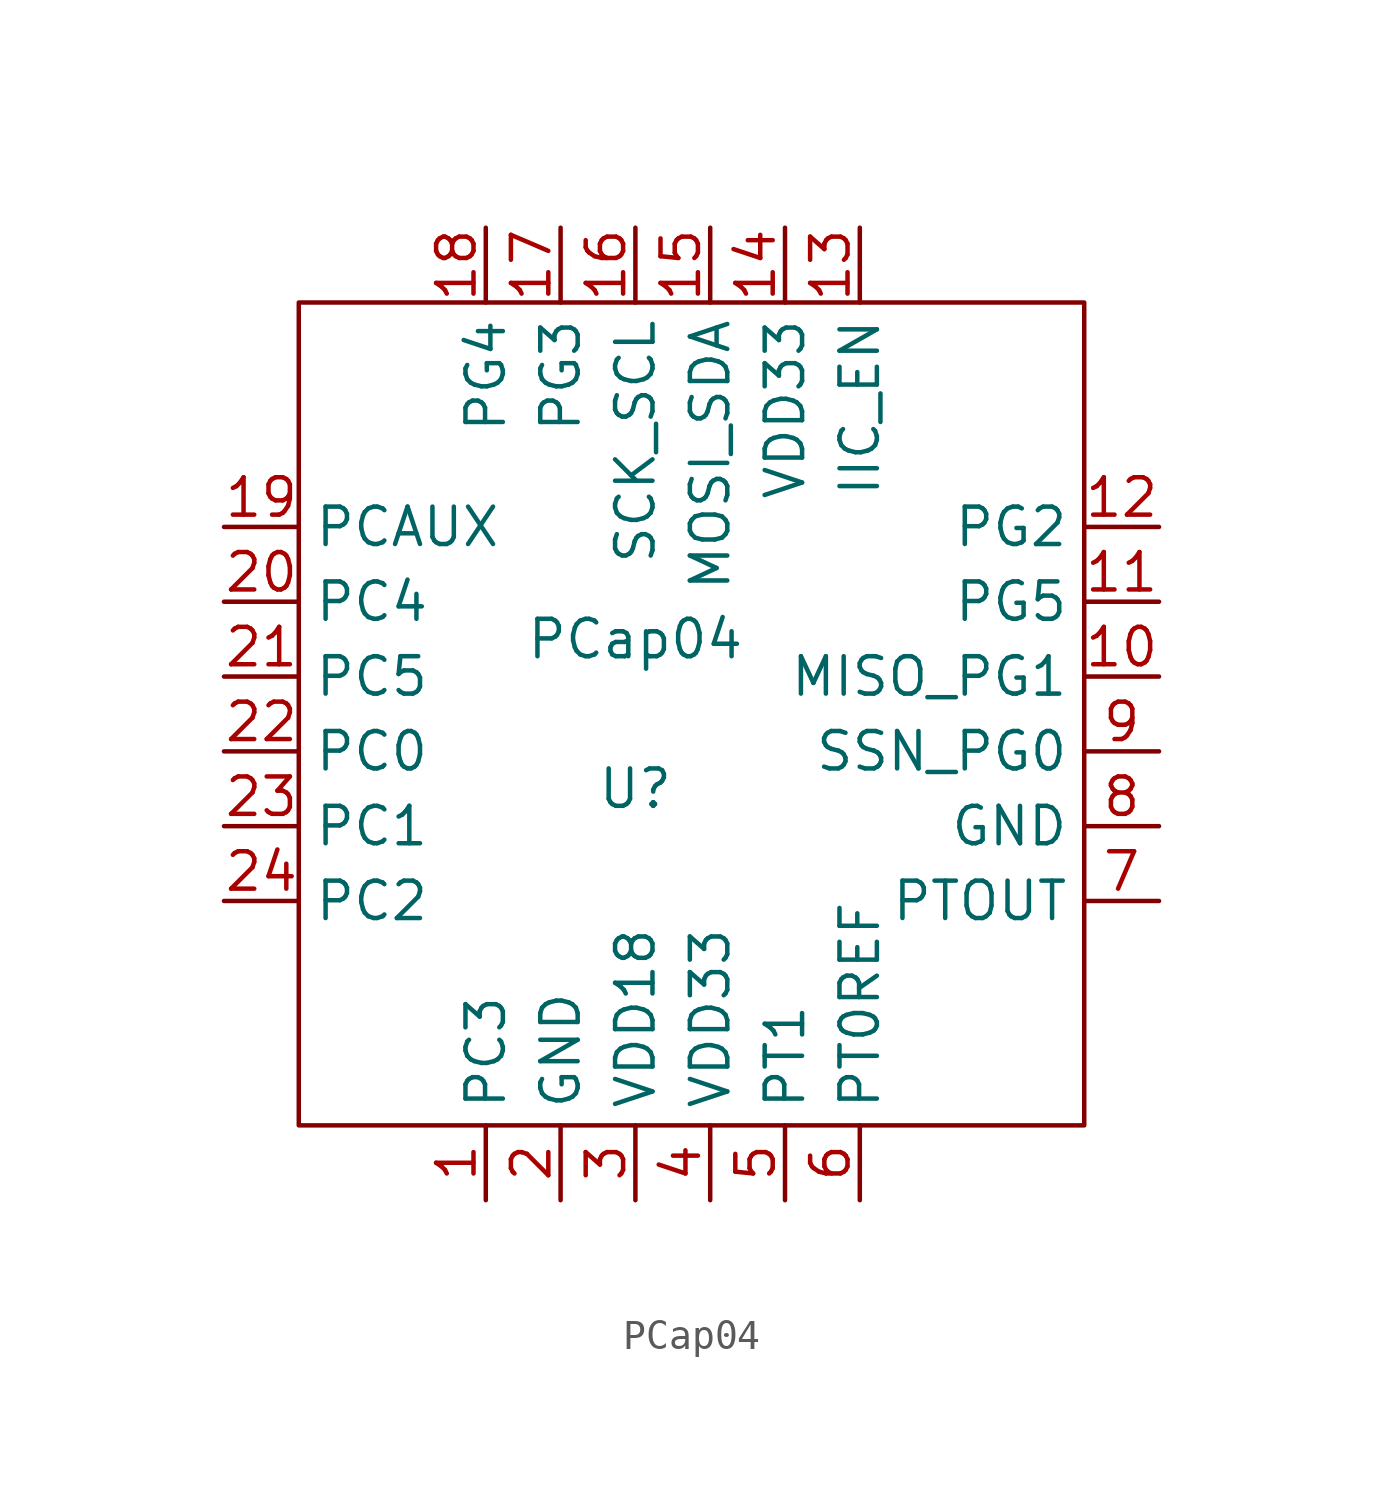
<source format=kicad_sym>
(kicad_symbol_lib
  (version 20211014)
  (generator kicad_symbol_editor)
  (symbol "PCap04"
    (property "Reference" "U"
      (at -1.27 -2.54 0)
      (effects (font (size 1.27 1.27))))
    (property "Value" "PCap04"
      (at -1.27 2.54 0)
      (effects (font (size 1.27 1.27))))
    (symbol "PCap04_0_1"
      (rectangle (start -12.7 13.97) (end 13.97 -13.97) (stroke (width 0.152) (type default) (color 0 0 0 0)) (fill (type none))))
    (symbol "PCap04_1_1"
      (pin input line (at -6.35 -16.51 90) (length 2.54) (name "PC3" (effects (font (size 1.27 1.27)))) (number "1" (effects (font (size 1.27 1.27)))))
      (pin input line (at 16.51 1.27 180) (length 2.54) (name "MISO_PG1" (effects (font (size 1.27 1.27)))) (number "10" (effects (font (size 1.27 1.27)))))
      (pin input line (at 16.51 3.81 180) (length 2.54) (name "PG5" (effects (font (size 1.27 1.27)))) (number "11" (effects (font (size 1.27 1.27)))))
      (pin input line (at 16.51 6.35 180) (length 2.54) (name "PG2" (effects (font (size 1.27 1.27)))) (number "12" (effects (font (size 1.27 1.27)))))
      (pin input line (at 6.35 16.51 270) (length 2.54) (name "IIC_EN" (effects (font (size 1.27 1.27)))) (number "13" (effects (font (size 1.27 1.27)))))
      (pin input line (at 3.81 16.51 270) (length 2.54) (name "VDD33" (effects (font (size 1.27 1.27)))) (number "14" (effects (font (size 1.27 1.27)))))
      (pin input line (at 1.27 16.51 270) (length 2.54) (name "MOSI_SDA" (effects (font (size 1.27 1.27)))) (number "15" (effects (font (size 1.27 1.27)))))
      (pin input line (at -1.27 16.51 270) (length 2.54) (name "SCK_SCL" (effects (font (size 1.27 1.27)))) (number "16" (effects (font (size 1.27 1.27)))))
      (pin input line (at -3.81 16.51 270) (length 2.54) (name "PG3" (effects (font (size 1.27 1.27)))) (number "17" (effects (font (size 1.27 1.27)))))
      (pin input line (at -6.35 16.51 270) (length 2.54) (name "PG4" (effects (font (size 1.27 1.27)))) (number "18" (effects (font (size 1.27 1.27)))))
      (pin input line (at -15.24 6.35 0) (length 2.54) (name "PCAUX" (effects (font (size 1.27 1.27)))) (number "19" (effects (font (size 1.27 1.27)))))
      (pin input line (at -3.81 -16.51 90) (length 2.54) (name "GND" (effects (font (size 1.27 1.27)))) (number "2" (effects (font (size 1.27 1.27)))))
      (pin input line (at -15.24 3.81 0) (length 2.54) (name "PC4" (effects (font (size 1.27 1.27)))) (number "20" (effects (font (size 1.27 1.27)))))
      (pin input line (at -15.24 1.27 0) (length 2.54) (name "PC5" (effects (font (size 1.27 1.27)))) (number "21" (effects (font (size 1.27 1.27)))))
      (pin input line (at -15.24 -1.27 0) (length 2.54) (name "PC0" (effects (font (size 1.27 1.27)))) (number "22" (effects (font (size 1.27 1.27)))))
      (pin input line (at -15.24 -3.81 0) (length 2.54) (name "PC1" (effects (font (size 1.27 1.27)))) (number "23" (effects (font (size 1.27 1.27)))))
      (pin input line (at -15.24 -6.35 0) (length 2.54) (name "PC2" (effects (font (size 1.27 1.27)))) (number "24" (effects (font (size 1.27 1.27)))))
      (pin input line (at -1.27 -16.51 90) (length 2.54) (name "VDD18" (effects (font (size 1.27 1.27)))) (number "3" (effects (font (size 1.27 1.27)))))
      (pin input line (at 1.27 -16.51 90) (length 2.54) (name "VDD33" (effects (font (size 1.27 1.27)))) (number "4" (effects (font (size 1.27 1.27)))))
      (pin input line (at 3.81 -16.51 90) (length 2.54) (name "PT1" (effects (font (size 1.27 1.27)))) (number "5" (effects (font (size 1.27 1.27)))))
      (pin input line (at 6.35 -16.51 90) (length 2.54) (name "PT0REF" (effects (font (size 1.27 1.27)))) (number "6" (effects (font (size 1.27 1.27)))))
      (pin output line (at 16.51 -6.35 180) (length 2.54) (name "PTOUT" (effects (font (size 1.27 1.27)))) (number "7" (effects (font (size 1.27 1.27)))))
      (pin input line (at 16.51 -3.81 180) (length 2.54) (name "GND" (effects (font (size 1.27 1.27)))) (number "8" (effects (font (size 1.27 1.27)))))
      (pin input line (at 16.51 -1.27 180) (length 2.54) (name "SSN_PG0" (effects (font (size 1.27 1.27)))) (number "9" (effects (font (size 1.27 1.27))))))))
</source>
